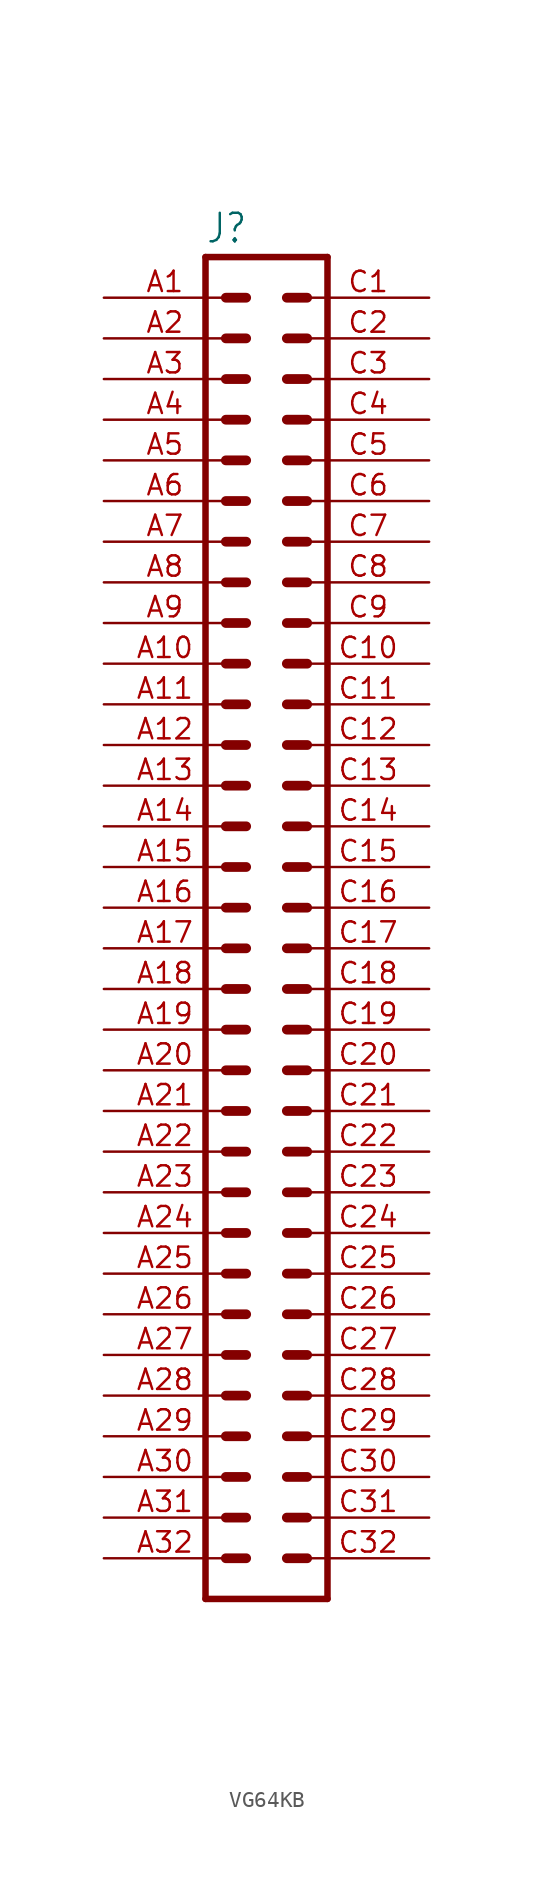
<source format=kicad_sym>
(kicad_symbol_lib
  (version 20231120)
  (generator "kicad_symbol_editor")
  (generator_version "8.0")
  (symbol "VG64KB"
    (property "Reference" "J"
      (at -3.81 41.402 0)
      (effects (font (size 1.778 1.511)) (justify left bottom)))
    (property "Value" ""
      (at -3.81 -45.72 0)
      (effects (font (size 1.778 1.511)) (justify left bottom)))
    (property "ki_locked" ""
      (at 0 0 0)
      (effects (font (size 1.27 1.27))))
    (symbol "VG64KB_1_0"
      (polyline (pts (xy -3.81 40.64) (xy -3.81 -43.18)) (stroke (width 0.406) (type solid)) (fill (type none)))
      (polyline (pts (xy -3.81 40.64) (xy 3.81 40.64)) (stroke (width 0.406) (type solid)) (fill (type none)))
      (polyline (pts (xy -2.54 -40.64) (xy -1.27 -40.64)) (stroke (width 0.61) (type solid)) (fill (type none)))
      (polyline (pts (xy -2.54 -38.1) (xy -1.27 -38.1)) (stroke (width 0.61) (type solid)) (fill (type none)))
      (polyline (pts (xy -2.54 -35.56) (xy -1.27 -35.56)) (stroke (width 0.61) (type solid)) (fill (type none)))
      (polyline (pts (xy -2.54 -33.02) (xy -1.27 -33.02)) (stroke (width 0.61) (type solid)) (fill (type none)))
      (polyline (pts (xy -2.54 -30.48) (xy -1.27 -30.48)) (stroke (width 0.61) (type solid)) (fill (type none)))
      (polyline (pts (xy -2.54 -27.94) (xy -1.27 -27.94)) (stroke (width 0.61) (type solid)) (fill (type none)))
      (polyline (pts (xy -2.54 -25.4) (xy -1.27 -25.4)) (stroke (width 0.61) (type solid)) (fill (type none)))
      (polyline (pts (xy -2.54 -22.86) (xy -1.27 -22.86)) (stroke (width 0.61) (type solid)) (fill (type none)))
      (polyline (pts (xy -2.54 -20.32) (xy -1.27 -20.32)) (stroke (width 0.61) (type solid)) (fill (type none)))
      (polyline (pts (xy -2.54 -17.78) (xy -1.27 -17.78)) (stroke (width 0.61) (type solid)) (fill (type none)))
      (polyline (pts (xy -2.54 -15.24) (xy -1.27 -15.24)) (stroke (width 0.61) (type solid)) (fill (type none)))
      (polyline (pts (xy -2.54 -12.7) (xy -1.27 -12.7)) (stroke (width 0.61) (type solid)) (fill (type none)))
      (polyline (pts (xy -2.54 -10.16) (xy -1.27 -10.16)) (stroke (width 0.61) (type solid)) (fill (type none)))
      (polyline (pts (xy -2.54 -7.62) (xy -1.27 -7.62)) (stroke (width 0.61) (type solid)) (fill (type none)))
      (polyline (pts (xy -2.54 -5.08) (xy -1.27 -5.08)) (stroke (width 0.61) (type solid)) (fill (type none)))
      (polyline (pts (xy -2.54 -2.54) (xy -1.27 -2.54)) (stroke (width 0.61) (type solid)) (fill (type none)))
      (polyline (pts (xy -2.54 0) (xy -1.27 0)) (stroke (width 0.61) (type solid)) (fill (type none)))
      (polyline (pts (xy -2.54 2.54) (xy -1.27 2.54)) (stroke (width 0.61) (type solid)) (fill (type none)))
      (polyline (pts (xy -2.54 5.08) (xy -1.27 5.08)) (stroke (width 0.61) (type solid)) (fill (type none)))
      (polyline (pts (xy -2.54 7.62) (xy -1.27 7.62)) (stroke (width 0.61) (type solid)) (fill (type none)))
      (polyline (pts (xy -2.54 10.16) (xy -1.27 10.16)) (stroke (width 0.61) (type solid)) (fill (type none)))
      (polyline (pts (xy -2.54 12.7) (xy -1.27 12.7)) (stroke (width 0.61) (type solid)) (fill (type none)))
      (polyline (pts (xy -2.54 15.24) (xy -1.27 15.24)) (stroke (width 0.61) (type solid)) (fill (type none)))
      (polyline (pts (xy -2.54 17.78) (xy -1.27 17.78)) (stroke (width 0.61) (type solid)) (fill (type none)))
      (polyline (pts (xy -2.54 20.32) (xy -1.27 20.32)) (stroke (width 0.61) (type solid)) (fill (type none)))
      (polyline (pts (xy -2.54 22.86) (xy -1.27 22.86)) (stroke (width 0.61) (type solid)) (fill (type none)))
      (polyline (pts (xy -2.54 25.4) (xy -1.27 25.4)) (stroke (width 0.61) (type solid)) (fill (type none)))
      (polyline (pts (xy -2.54 27.94) (xy -1.27 27.94)) (stroke (width 0.61) (type solid)) (fill (type none)))
      (polyline (pts (xy -2.54 30.48) (xy -1.27 30.48)) (stroke (width 0.61) (type solid)) (fill (type none)))
      (polyline (pts (xy -2.54 33.02) (xy -1.27 33.02)) (stroke (width 0.61) (type solid)) (fill (type none)))
      (polyline (pts (xy -2.54 35.56) (xy -1.27 35.56)) (stroke (width 0.61) (type solid)) (fill (type none)))
      (polyline (pts (xy -2.54 38.1) (xy -1.27 38.1)) (stroke (width 0.61) (type solid)) (fill (type none)))
      (polyline (pts (xy 1.27 -40.64) (xy 2.54 -40.64)) (stroke (width 0.61) (type solid)) (fill (type none)))
      (polyline (pts (xy 1.27 -38.1) (xy 2.54 -38.1)) (stroke (width 0.61) (type solid)) (fill (type none)))
      (polyline (pts (xy 1.27 -35.56) (xy 2.54 -35.56)) (stroke (width 0.61) (type solid)) (fill (type none)))
      (polyline (pts (xy 1.27 -33.02) (xy 2.54 -33.02)) (stroke (width 0.61) (type solid)) (fill (type none)))
      (polyline (pts (xy 1.27 -30.48) (xy 2.54 -30.48)) (stroke (width 0.61) (type solid)) (fill (type none)))
      (polyline (pts (xy 1.27 -27.94) (xy 2.54 -27.94)) (stroke (width 0.61) (type solid)) (fill (type none)))
      (polyline (pts (xy 1.27 -25.4) (xy 2.54 -25.4)) (stroke (width 0.61) (type solid)) (fill (type none)))
      (polyline (pts (xy 1.27 -22.86) (xy 2.54 -22.86)) (stroke (width 0.61) (type solid)) (fill (type none)))
      (polyline (pts (xy 1.27 -20.32) (xy 2.54 -20.32)) (stroke (width 0.61) (type solid)) (fill (type none)))
      (polyline (pts (xy 1.27 -17.78) (xy 2.54 -17.78)) (stroke (width 0.61) (type solid)) (fill (type none)))
      (polyline (pts (xy 1.27 -15.24) (xy 2.54 -15.24)) (stroke (width 0.61) (type solid)) (fill (type none)))
      (polyline (pts (xy 1.27 -12.7) (xy 2.54 -12.7)) (stroke (width 0.61) (type solid)) (fill (type none)))
      (polyline (pts (xy 1.27 -10.16) (xy 2.54 -10.16)) (stroke (width 0.61) (type solid)) (fill (type none)))
      (polyline (pts (xy 1.27 -7.62) (xy 2.54 -7.62)) (stroke (width 0.61) (type solid)) (fill (type none)))
      (polyline (pts (xy 1.27 -5.08) (xy 2.54 -5.08)) (stroke (width 0.61) (type solid)) (fill (type none)))
      (polyline (pts (xy 1.27 -2.54) (xy 2.54 -2.54)) (stroke (width 0.61) (type solid)) (fill (type none)))
      (polyline (pts (xy 1.27 0) (xy 2.54 0)) (stroke (width 0.61) (type solid)) (fill (type none)))
      (polyline (pts (xy 1.27 2.54) (xy 2.54 2.54)) (stroke (width 0.61) (type solid)) (fill (type none)))
      (polyline (pts (xy 1.27 5.08) (xy 2.54 5.08)) (stroke (width 0.61) (type solid)) (fill (type none)))
      (polyline (pts (xy 1.27 7.62) (xy 2.54 7.62)) (stroke (width 0.61) (type solid)) (fill (type none)))
      (polyline (pts (xy 1.27 10.16) (xy 2.54 10.16)) (stroke (width 0.61) (type solid)) (fill (type none)))
      (polyline (pts (xy 1.27 12.7) (xy 2.54 12.7)) (stroke (width 0.61) (type solid)) (fill (type none)))
      (polyline (pts (xy 1.27 15.24) (xy 2.54 15.24)) (stroke (width 0.61) (type solid)) (fill (type none)))
      (polyline (pts (xy 1.27 17.78) (xy 2.54 17.78)) (stroke (width 0.61) (type solid)) (fill (type none)))
      (polyline (pts (xy 1.27 20.32) (xy 2.54 20.32)) (stroke (width 0.61) (type solid)) (fill (type none)))
      (polyline (pts (xy 1.27 22.86) (xy 2.54 22.86)) (stroke (width 0.61) (type solid)) (fill (type none)))
      (polyline (pts (xy 1.27 25.4) (xy 2.54 25.4)) (stroke (width 0.61) (type solid)) (fill (type none)))
      (polyline (pts (xy 1.27 27.94) (xy 2.54 27.94)) (stroke (width 0.61) (type solid)) (fill (type none)))
      (polyline (pts (xy 1.27 30.48) (xy 2.54 30.48)) (stroke (width 0.61) (type solid)) (fill (type none)))
      (polyline (pts (xy 1.27 33.02) (xy 2.54 33.02)) (stroke (width 0.61) (type solid)) (fill (type none)))
      (polyline (pts (xy 1.27 35.56) (xy 2.54 35.56)) (stroke (width 0.61) (type solid)) (fill (type none)))
      (polyline (pts (xy 1.27 38.1) (xy 2.54 38.1)) (stroke (width 0.61) (type solid)) (fill (type none)))
      (polyline (pts (xy 3.81 -43.18) (xy -3.81 -43.18)) (stroke (width 0.406) (type solid)) (fill (type none)))
      (polyline (pts (xy 3.81 -43.18) (xy 3.81 40.64)) (stroke (width 0.406) (type solid)) (fill (type none)))
      (pin passive line (at -10.16 38.1 0) (length 7.62) (name "A1" (effects (font (size 0 0)))) (number "A1" (effects (font (size 1.27 1.27)))))
      (pin passive line (at -10.16 15.24 0) (length 7.62) (name "A10" (effects (font (size 0 0)))) (number "A10" (effects (font (size 1.27 1.27)))))
      (pin passive line (at -10.16 12.7 0) (length 7.62) (name "A11" (effects (font (size 0 0)))) (number "A11" (effects (font (size 1.27 1.27)))))
      (pin passive line (at -10.16 10.16 0) (length 7.62) (name "A12" (effects (font (size 0 0)))) (number "A12" (effects (font (size 1.27 1.27)))))
      (pin passive line (at -10.16 7.62 0) (length 7.62) (name "A13" (effects (font (size 0 0)))) (number "A13" (effects (font (size 1.27 1.27)))))
      (pin passive line (at -10.16 5.08 0) (length 7.62) (name "A14" (effects (font (size 0 0)))) (number "A14" (effects (font (size 1.27 1.27)))))
      (pin passive line (at -10.16 2.54 0) (length 7.62) (name "A15" (effects (font (size 0 0)))) (number "A15" (effects (font (size 1.27 1.27)))))
      (pin passive line (at -10.16 0 0) (length 7.62) (name "A16" (effects (font (size 0 0)))) (number "A16" (effects (font (size 1.27 1.27)))))
      (pin passive line (at -10.16 -2.54 0) (length 7.62) (name "A17" (effects (font (size 0 0)))) (number "A17" (effects (font (size 1.27 1.27)))))
      (pin passive line (at -10.16 -5.08 0) (length 7.62) (name "A18" (effects (font (size 0 0)))) (number "A18" (effects (font (size 1.27 1.27)))))
      (pin passive line (at -10.16 -7.62 0) (length 7.62) (name "A19" (effects (font (size 0 0)))) (number "A19" (effects (font (size 1.27 1.27)))))
      (pin passive line (at -10.16 35.56 0) (length 7.62) (name "A2" (effects (font (size 0 0)))) (number "A2" (effects (font (size 1.27 1.27)))))
      (pin passive line (at -10.16 -10.16 0) (length 7.62) (name "A20" (effects (font (size 0 0)))) (number "A20" (effects (font (size 1.27 1.27)))))
      (pin passive line (at -10.16 -12.7 0) (length 7.62) (name "A21" (effects (font (size 0 0)))) (number "A21" (effects (font (size 1.27 1.27)))))
      (pin passive line (at -10.16 -15.24 0) (length 7.62) (name "A22" (effects (font (size 0 0)))) (number "A22" (effects (font (size 1.27 1.27)))))
      (pin passive line (at -10.16 -17.78 0) (length 7.62) (name "A23" (effects (font (size 0 0)))) (number "A23" (effects (font (size 1.27 1.27)))))
      (pin passive line (at -10.16 -20.32 0) (length 7.62) (name "A24" (effects (font (size 0 0)))) (number "A24" (effects (font (size 1.27 1.27)))))
      (pin passive line (at -10.16 -22.86 0) (length 7.62) (name "A25" (effects (font (size 0 0)))) (number "A25" (effects (font (size 1.27 1.27)))))
      (pin passive line (at -10.16 -25.4 0) (length 7.62) (name "A26" (effects (font (size 0 0)))) (number "A26" (effects (font (size 1.27 1.27)))))
      (pin passive line (at -10.16 -27.94 0) (length 7.62) (name "A27" (effects (font (size 0 0)))) (number "A27" (effects (font (size 1.27 1.27)))))
      (pin passive line (at -10.16 -30.48 0) (length 7.62) (name "A28" (effects (font (size 0 0)))) (number "A28" (effects (font (size 1.27 1.27)))))
      (pin passive line (at -10.16 -33.02 0) (length 7.62) (name "A29" (effects (font (size 0 0)))) (number "A29" (effects (font (size 1.27 1.27)))))
      (pin passive line (at -10.16 33.02 0) (length 7.62) (name "A3" (effects (font (size 0 0)))) (number "A3" (effects (font (size 1.27 1.27)))))
      (pin passive line (at -10.16 -35.56 0) (length 7.62) (name "A30" (effects (font (size 0 0)))) (number "A30" (effects (font (size 1.27 1.27)))))
      (pin passive line (at -10.16 -38.1 0) (length 7.62) (name "A31" (effects (font (size 0 0)))) (number "A31" (effects (font (size 1.27 1.27)))))
      (pin passive line (at -10.16 -40.64 0) (length 7.62) (name "A32" (effects (font (size 0 0)))) (number "A32" (effects (font (size 1.27 1.27)))))
      (pin passive line (at -10.16 30.48 0) (length 7.62) (name "A4" (effects (font (size 0 0)))) (number "A4" (effects (font (size 1.27 1.27)))))
      (pin passive line (at -10.16 27.94 0) (length 7.62) (name "A5" (effects (font (size 0 0)))) (number "A5" (effects (font (size 1.27 1.27)))))
      (pin passive line (at -10.16 25.4 0) (length 7.62) (name "A6" (effects (font (size 0 0)))) (number "A6" (effects (font (size 1.27 1.27)))))
      (pin passive line (at -10.16 22.86 0) (length 7.62) (name "A7" (effects (font (size 0 0)))) (number "A7" (effects (font (size 1.27 1.27)))))
      (pin passive line (at -10.16 20.32 0) (length 7.62) (name "A8" (effects (font (size 0 0)))) (number "A8" (effects (font (size 1.27 1.27)))))
      (pin passive line (at -10.16 17.78 0) (length 7.62) (name "A9" (effects (font (size 0 0)))) (number "A9" (effects (font (size 1.27 1.27)))))
      (pin passive line (at 10.16 38.1 180) (length 7.62) (name "C1" (effects (font (size 0 0)))) (number "C1" (effects (font (size 1.27 1.27)))))
      (pin passive line (at 10.16 15.24 180) (length 7.62) (name "C10" (effects (font (size 0 0)))) (number "C10" (effects (font (size 1.27 1.27)))))
      (pin passive line (at 10.16 12.7 180) (length 7.62) (name "C11" (effects (font (size 0 0)))) (number "C11" (effects (font (size 1.27 1.27)))))
      (pin passive line (at 10.16 10.16 180) (length 7.62) (name "C12" (effects (font (size 0 0)))) (number "C12" (effects (font (size 1.27 1.27)))))
      (pin passive line (at 10.16 7.62 180) (length 7.62) (name "C13" (effects (font (size 0 0)))) (number "C13" (effects (font (size 1.27 1.27)))))
      (pin passive line (at 10.16 5.08 180) (length 7.62) (name "C14" (effects (font (size 0 0)))) (number "C14" (effects (font (size 1.27 1.27)))))
      (pin passive line (at 10.16 2.54 180) (length 7.62) (name "C15" (effects (font (size 0 0)))) (number "C15" (effects (font (size 1.27 1.27)))))
      (pin passive line (at 10.16 0 180) (length 7.62) (name "C16" (effects (font (size 0 0)))) (number "C16" (effects (font (size 1.27 1.27)))))
      (pin passive line (at 10.16 -2.54 180) (length 7.62) (name "C17" (effects (font (size 0 0)))) (number "C17" (effects (font (size 1.27 1.27)))))
      (pin passive line (at 10.16 -5.08 180) (length 7.62) (name "C18" (effects (font (size 0 0)))) (number "C18" (effects (font (size 1.27 1.27)))))
      (pin passive line (at 10.16 -7.62 180) (length 7.62) (name "C19" (effects (font (size 0 0)))) (number "C19" (effects (font (size 1.27 1.27)))))
      (pin passive line (at 10.16 35.56 180) (length 7.62) (name "C2" (effects (font (size 0 0)))) (number "C2" (effects (font (size 1.27 1.27)))))
      (pin passive line (at 10.16 -10.16 180) (length 7.62) (name "C20" (effects (font (size 0 0)))) (number "C20" (effects (font (size 1.27 1.27)))))
      (pin passive line (at 10.16 -12.7 180) (length 7.62) (name "C21" (effects (font (size 0 0)))) (number "C21" (effects (font (size 1.27 1.27)))))
      (pin passive line (at 10.16 -15.24 180) (length 7.62) (name "C22" (effects (font (size 0 0)))) (number "C22" (effects (font (size 1.27 1.27)))))
      (pin passive line (at 10.16 -17.78 180) (length 7.62) (name "C23" (effects (font (size 0 0)))) (number "C23" (effects (font (size 1.27 1.27)))))
      (pin passive line (at 10.16 -20.32 180) (length 7.62) (name "C24" (effects (font (size 0 0)))) (number "C24" (effects (font (size 1.27 1.27)))))
      (pin passive line (at 10.16 -22.86 180) (length 7.62) (name "C25" (effects (font (size 0 0)))) (number "C25" (effects (font (size 1.27 1.27)))))
      (pin passive line (at 10.16 -25.4 180) (length 7.62) (name "C26" (effects (font (size 0 0)))) (number "C26" (effects (font (size 1.27 1.27)))))
      (pin passive line (at 10.16 -27.94 180) (length 7.62) (name "C27" (effects (font (size 0 0)))) (number "C27" (effects (font (size 1.27 1.27)))))
      (pin passive line (at 10.16 -30.48 180) (length 7.62) (name "C28" (effects (font (size 0 0)))) (number "C28" (effects (font (size 1.27 1.27)))))
      (pin passive line (at 10.16 -33.02 180) (length 7.62) (name "C29" (effects (font (size 0 0)))) (number "C29" (effects (font (size 1.27 1.27)))))
      (pin passive line (at 10.16 33.02 180) (length 7.62) (name "C3" (effects (font (size 0 0)))) (number "C3" (effects (font (size 1.27 1.27)))))
      (pin passive line (at 10.16 -35.56 180) (length 7.62) (name "C30" (effects (font (size 0 0)))) (number "C30" (effects (font (size 1.27 1.27)))))
      (pin passive line (at 10.16 -38.1 180) (length 7.62) (name "C31" (effects (font (size 0 0)))) (number "C31" (effects (font (size 1.27 1.27)))))
      (pin passive line (at 10.16 -40.64 180) (length 7.62) (name "C32" (effects (font (size 0 0)))) (number "C32" (effects (font (size 1.27 1.27)))))
      (pin passive line (at 10.16 30.48 180) (length 7.62) (name "C4" (effects (font (size 0 0)))) (number "C4" (effects (font (size 1.27 1.27)))))
      (pin passive line (at 10.16 27.94 180) (length 7.62) (name "C5" (effects (font (size 0 0)))) (number "C5" (effects (font (size 1.27 1.27)))))
      (pin passive line (at 10.16 25.4 180) (length 7.62) (name "C6" (effects (font (size 0 0)))) (number "C6" (effects (font (size 1.27 1.27)))))
      (pin passive line (at 10.16 22.86 180) (length 7.62) (name "C7" (effects (font (size 0 0)))) (number "C7" (effects (font (size 1.27 1.27)))))
      (pin passive line (at 10.16 20.32 180) (length 7.62) (name "C8" (effects (font (size 0 0)))) (number "C8" (effects (font (size 1.27 1.27)))))
      (pin passive line (at 10.16 17.78 180) (length 7.62) (name "C9" (effects (font (size 0 0)))) (number "C9" (effects (font (size 1.27 1.27))))))))
</source>
